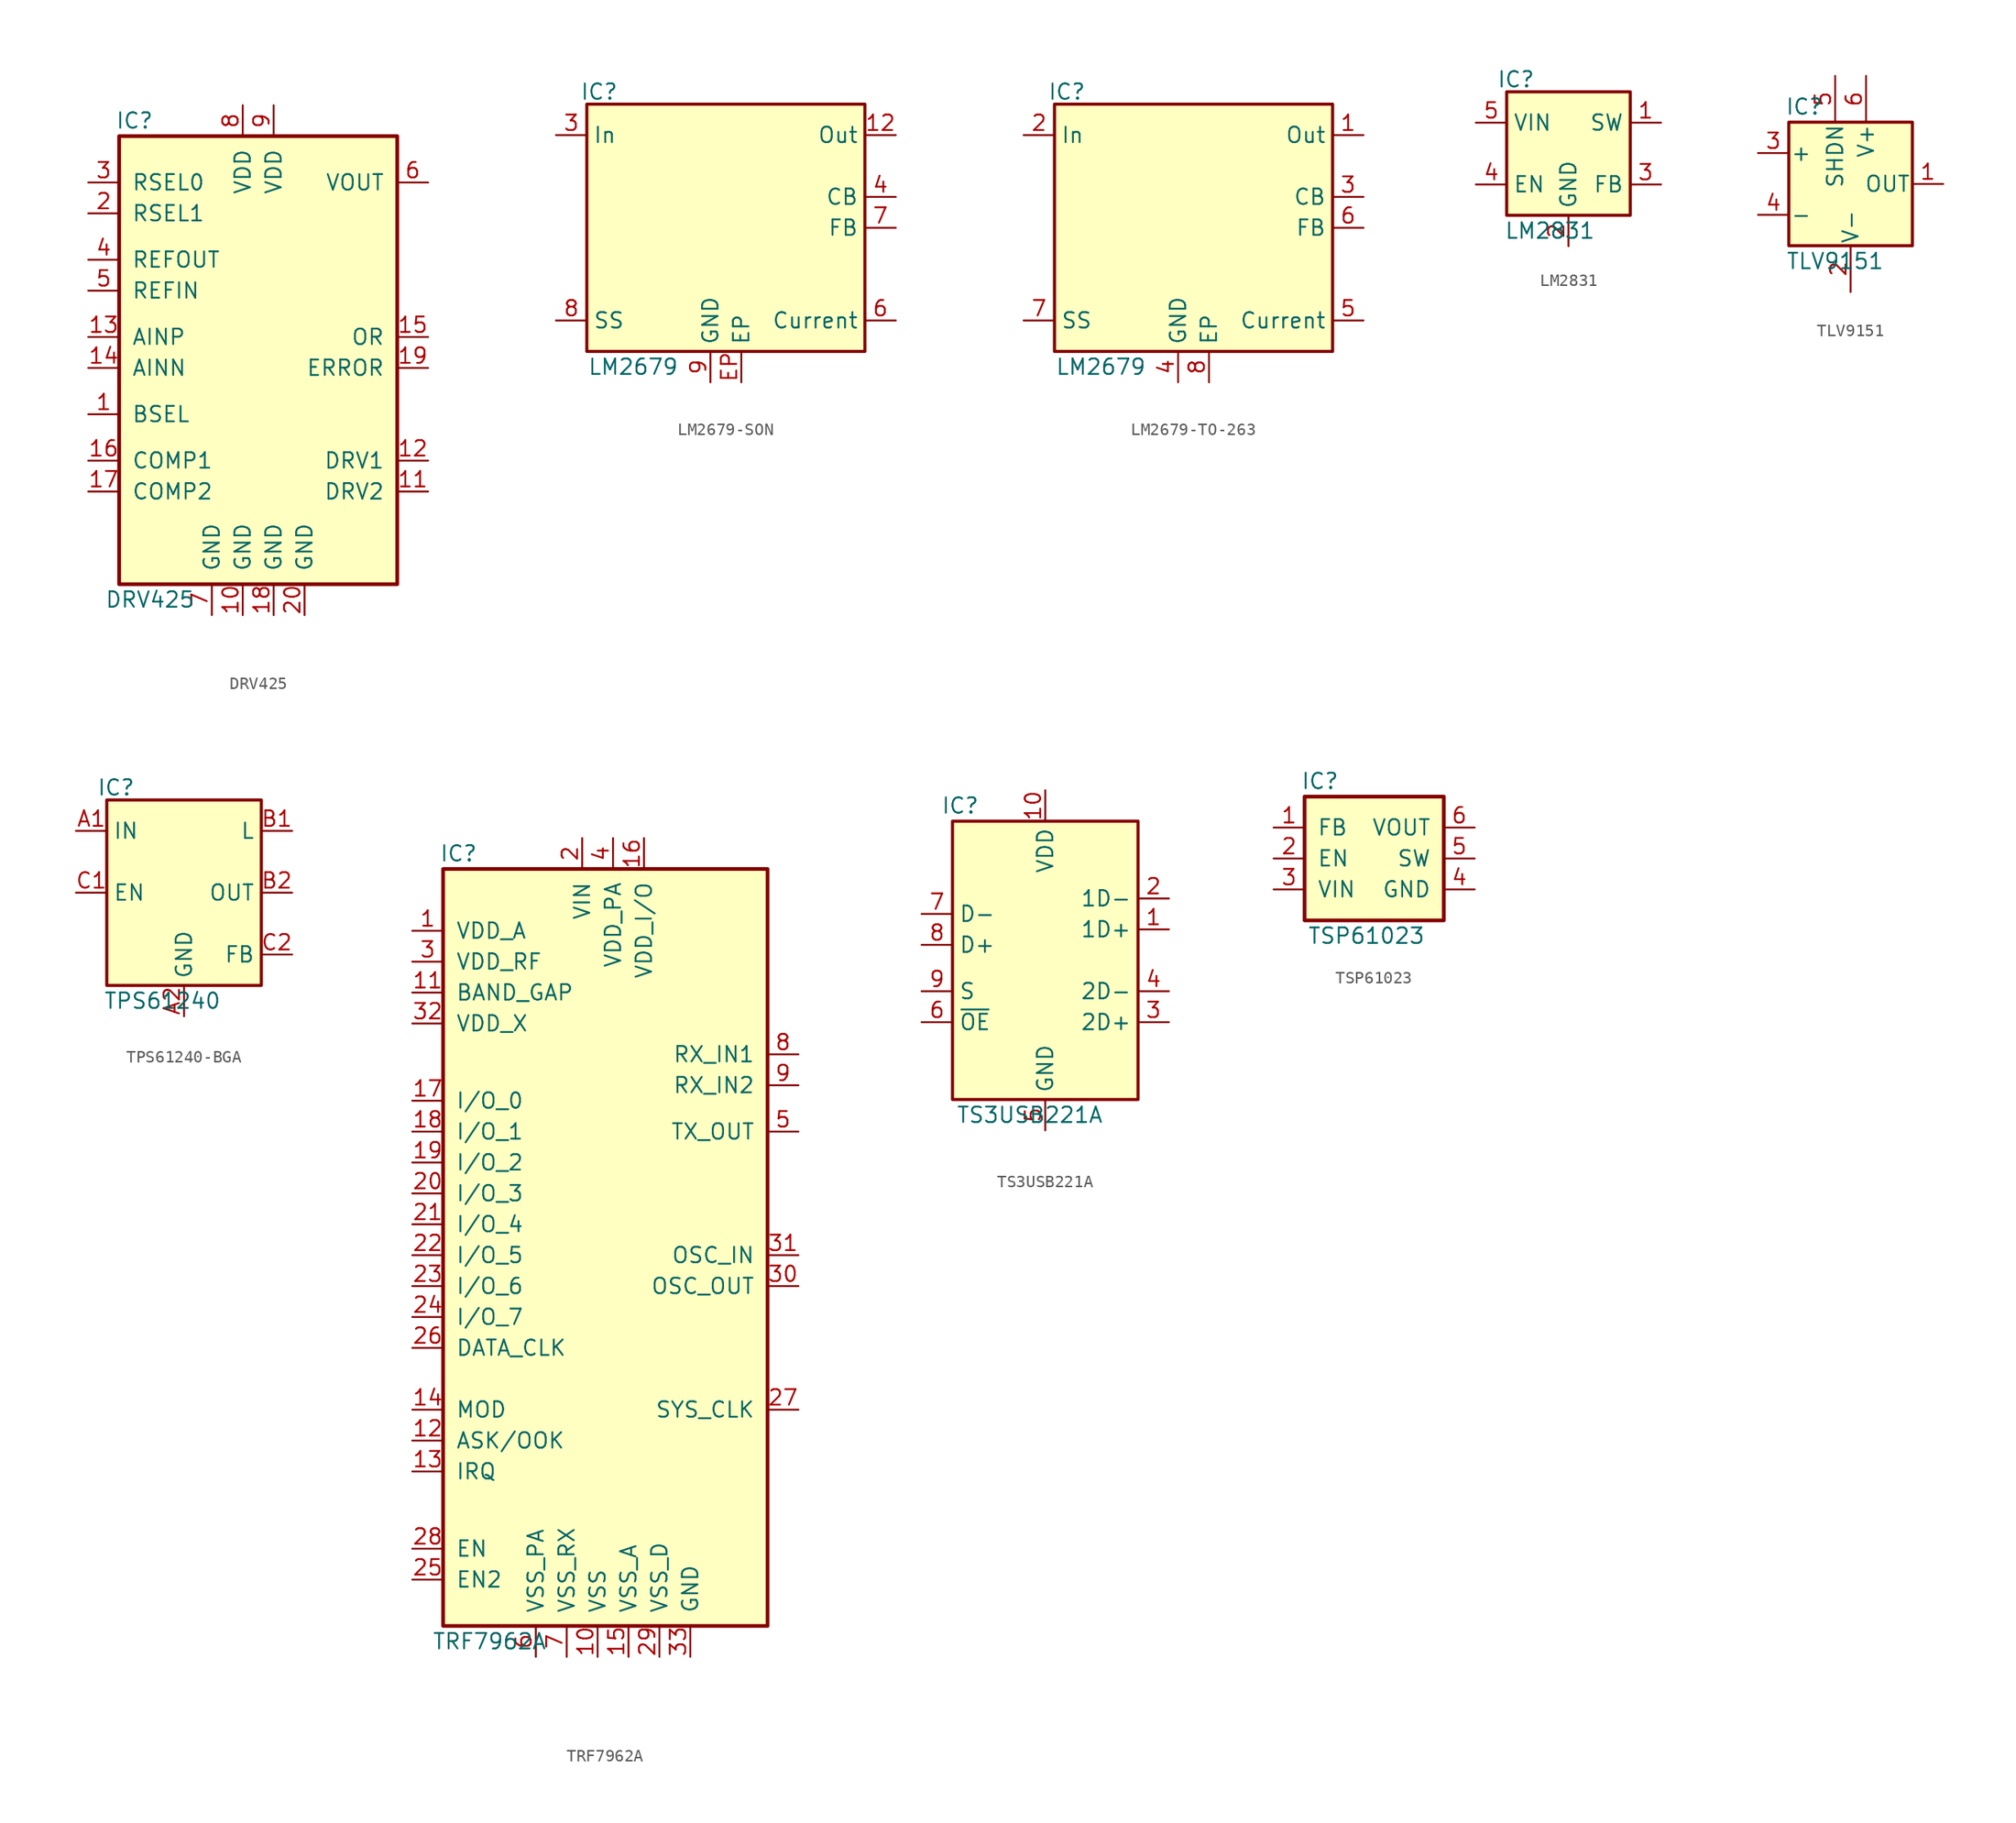
<source format=kicad_sym>
(kicad_symbol_lib
  (version 20241209)
  (generator "kicad_symbol_editor")
  (generator_version "9.0")
  (symbol "DRV425"
    (pin_names
      (offset 1.016))
    (property "Reference" "IC"
      (at -10.16 20.32 0)
      (effects (font (size 1.27 1.27))))
    (property "Value" "DRV425"
      (at -8.89 -19.05 0)
      (effects (font (size 1.27 1.27))))
    (symbol "DRV425_1_1"
      (rectangle (start -11.43 -17.78) (end 11.43 19.05) (stroke (width 0.305) (type solid)) (fill (type background)))
      (pin power_in line (at -13.97 15.24 0) (length 2.54) (name "RSEL0" (effects (font (size 1.27 1.27)))) (number "3" (effects (font (size 1.27 1.27)))))
      (pin input line (at -13.97 12.7 0) (length 2.54) (name "RSEL1" (effects (font (size 1.27 1.27)))) (number "2" (effects (font (size 1.27 1.27)))))
      (pin output line (at -13.97 8.89 0) (length 2.54) (name "REFOUT" (effects (font (size 1.27 1.27)))) (number "4" (effects (font (size 1.27 1.27)))))
      (pin input line (at -13.97 6.35 0) (length 2.54) (name "REFIN" (effects (font (size 1.27 1.27)))) (number "5" (effects (font (size 1.27 1.27)))))
      (pin input line (at -13.97 2.54 0) (length 2.54) (name "AINP" (effects (font (size 1.27 1.27)))) (number "13" (effects (font (size 1.27 1.27)))))
      (pin power_in line (at -13.97 0 0) (length 2.54) (name "AINN" (effects (font (size 1.27 1.27)))) (number "14" (effects (font (size 1.27 1.27)))))
      (pin input line (at -13.97 -3.81 0) (length 2.54) (name "BSEL" (effects (font (size 1.27 1.27)))) (number "1" (effects (font (size 1.27 1.27)))))
      (pin input line (at -13.97 -7.62 0) (length 2.54) (name "COMP1" (effects (font (size 1.27 1.27)))) (number "16" (effects (font (size 1.27 1.27)))))
      (pin input line (at -13.97 -10.16 0) (length 2.54) (name "COMP2" (effects (font (size 1.27 1.27)))) (number "17" (effects (font (size 1.27 1.27)))))
      (pin power_out line (at -3.81 -20.32 90) (length 2.54) (name "GND" (effects (font (size 1.27 1.27)))) (number "7" (effects (font (size 1.27 1.27)))))
      (pin power_in line (at -1.27 21.59 270) (length 2.54) (name "VDD" (effects (font (size 1.27 1.27)))) (number "8" (effects (font (size 1.27 1.27)))))
      (pin power_out line (at -1.27 -20.32 90) (length 2.54) (name "GND" (effects (font (size 1.27 1.27)))) (number "10" (effects (font (size 1.27 1.27)))))
      (pin power_in line (at 1.27 21.59 270) (length 2.54) (name "VDD" (effects (font (size 1.27 1.27)))) (number "9" (effects (font (size 1.27 1.27)))))
      (pin power_out line (at 1.27 -20.32 90) (length 2.54) (name "GND" (effects (font (size 1.27 1.27)))) (number "18" (effects (font (size 1.27 1.27)))))
      (pin power_out line (at 3.81 -20.32 90) (length 2.54) (name "GND" (effects (font (size 1.27 1.27)))) (number "20" (effects (font (size 1.27 1.27)))))
      (pin output line (at 13.97 15.24 180) (length 2.54) (name "VOUT" (effects (font (size 1.27 1.27)))) (number "6" (effects (font (size 1.27 1.27)))))
      (pin output line (at 13.97 2.54 180) (length 2.54) (name "OR" (effects (font (size 1.27 1.27)))) (number "15" (effects (font (size 1.27 1.27)))))
      (pin output line (at 13.97 0 180) (length 2.54) (name "ERROR" (effects (font (size 1.27 1.27)))) (number "19" (effects (font (size 1.27 1.27)))))
      (pin output line (at 13.97 -7.62 180) (length 2.54) (name "DRV1" (effects (font (size 1.27 1.27)))) (number "12" (effects (font (size 1.27 1.27)))))
      (pin output line (at 13.97 -10.16 180) (length 2.54) (name "DRV2" (effects (font (size 1.27 1.27)))) (number "11" (effects (font (size 1.27 1.27)))))))
  (symbol "LM2679-SON"
    (property "Reference" "IC"
      (at -10.414 11.176 0)
      (effects (font (size 1.27 1.27))))
    (property "Value" "LM2679"
      (at -7.62 -11.43 0)
      (effects (font (size 1.27 1.27))))
    (symbol "LM2679-SON_1_1"
      (rectangle (start -11.43 10.16) (end 11.43 -10.16) (stroke (width 0.254) (type solid)) (fill (type background)))
      (pin input line (at -13.97 7.62 0) (length 2.54) (hide yes) (name "In" (effects (font (size 1.27 1.27)))) (number "2" (effects (font (size 1.27 1.27)))))
      (pin input line (at -13.97 7.62 0) (length 2.54) (name "In" (effects (font (size 1.27 1.27)))) (number "3" (effects (font (size 1.27 1.27)))))
      (pin input line (at -13.97 -7.62 0) (length 2.54) (name "SS" (effects (font (size 1.27 1.27)))) (number "8" (effects (font (size 1.27 1.27)))))
      (pin passive line (at -1.27 -12.7 90) (length 2.54) (name "GND" (effects (font (size 1.27 1.27)))) (number "9" (effects (font (size 1.27 1.27)))))
      (pin passive line (at 1.27 -12.7 90) (length 2.54) (name "EP" (effects (font (size 1.27 1.27)))) (number "EP" (effects (font (size 1.27 1.27)))))
      (pin output line (at 13.97 7.62 180) (length 2.54) (name "Out" (effects (font (size 1.27 1.27)))) (number "12" (effects (font (size 1.27 1.27)))))
      (pin output line (at 13.97 7.62 180) (length 2.54) (hide yes) (name "Out" (effects (font (size 1.27 1.27)))) (number "13" (effects (font (size 1.27 1.27)))))
      (pin output line (at 13.97 7.62 180) (length 2.54) (hide yes) (name "Out" (effects (font (size 1.27 1.27)))) (number "14" (effects (font (size 1.27 1.27)))))
      (pin input line (at 13.97 2.54 180) (length 2.54) (name "CB" (effects (font (size 1.27 1.27)))) (number "4" (effects (font (size 1.27 1.27)))))
      (pin input line (at 13.97 0 180) (length 2.54) (name "FB" (effects (font (size 1.27 1.27)))) (number "7" (effects (font (size 1.27 1.27)))))
      (pin input line (at 13.97 -7.62 180) (length 2.54) (name "Current" (effects (font (size 1.27 1.27)))) (number "6" (effects (font (size 1.27 1.27)))))
      (pin no_connect line (at 13.97 -8.89 180) (length 2.54) (hide yes) (name "~" (effects (font (size 1.27 1.27)))) (number "1" (effects (font (size 1.27 1.27)))))
      (pin no_connect line (at 13.97 -8.89 180) (length 2.54) (hide yes) (name "~" (effects (font (size 1.27 1.27)))) (number "10" (effects (font (size 1.27 1.27)))))
      (pin no_connect line (at 13.97 -8.89 180) (length 2.54) (hide yes) (name "~" (effects (font (size 1.27 1.27)))) (number "11" (effects (font (size 1.27 1.27)))))
      (pin no_connect line (at 13.97 -8.89 180) (length 2.54) (hide yes) (name "~" (effects (font (size 1.27 1.27)))) (number "5" (effects (font (size 1.27 1.27)))))))
  (symbol "LM2679-TO-263"
    (property "Reference" "IC"
      (at -10.414 11.176 0)
      (effects (font (size 1.27 1.27))))
    (property "Value" "LM2679"
      (at -7.62 -11.43 0)
      (effects (font (size 1.27 1.27))))
    (symbol "LM2679-TO-263_1_1"
      (rectangle (start -11.43 10.16) (end 11.43 -10.16) (stroke (width 0.254) (type solid)) (fill (type background)))
      (pin input line (at -13.97 7.62 0) (length 2.54) (name "In" (effects (font (size 1.27 1.27)))) (number "2" (effects (font (size 1.27 1.27)))))
      (pin input line (at -13.97 -7.62 0) (length 2.54) (name "SS" (effects (font (size 1.27 1.27)))) (number "7" (effects (font (size 1.27 1.27)))))
      (pin passive line (at -1.27 -12.7 90) (length 2.54) (name "GND" (effects (font (size 1.27 1.27)))) (number "4" (effects (font (size 1.27 1.27)))))
      (pin passive line (at 1.27 -12.7 90) (length 2.54) (name "EP" (effects (font (size 1.27 1.27)))) (number "8" (effects (font (size 1.27 1.27)))))
      (pin output line (at 13.97 7.62 180) (length 2.54) (name "Out" (effects (font (size 1.27 1.27)))) (number "1" (effects (font (size 1.27 1.27)))))
      (pin input line (at 13.97 2.54 180) (length 2.54) (name "CB" (effects (font (size 1.27 1.27)))) (number "3" (effects (font (size 1.27 1.27)))))
      (pin input line (at 13.97 0 180) (length 2.54) (name "FB" (effects (font (size 1.27 1.27)))) (number "6" (effects (font (size 1.27 1.27)))))
      (pin input line (at 13.97 -7.62 180) (length 2.54) (name "Current" (effects (font (size 1.27 1.27)))) (number "5" (effects (font (size 1.27 1.27)))))))
  (symbol "LM2831"
    (property "Reference" "IC"
      (at -4.318 6.096 0)
      (effects (font (size 1.27 1.27))))
    (property "Value" "LM2831"
      (at -1.524 -6.35 0)
      (effects (font (size 1.27 1.27))))
    (symbol "LM2831_1_1"
      (rectangle (start -5.08 5.08) (end 5.08 -5.08) (stroke (width 0.254) (type default)) (fill (type background)))
      (pin passive line (at -7.62 2.54 0) (length 2.54) (name "VIN" (effects (font (size 1.27 1.27)))) (number "5" (effects (font (size 1.27 1.27)))))
      (pin input line (at -7.62 -2.54 0) (length 2.54) (name "EN" (effects (font (size 1.27 1.27)))) (number "4" (effects (font (size 1.27 1.27)))))
      (pin passive line (at 0 -7.62 90) (length 2.54) (name "GND" (effects (font (size 1.27 1.27)))) (number "2" (effects (font (size 1.27 1.27)))))
      (pin output line (at 7.62 2.54 180) (length 2.54) (name "SW" (effects (font (size 1.27 1.27)))) (number "1" (effects (font (size 1.27 1.27)))))
      (pin output line (at 7.62 -2.54 180) (length 2.54) (name "FB" (effects (font (size 1.27 1.27)))) (number "3" (effects (font (size 1.27 1.27)))))))
  (symbol "TLV9151"
    (pin_names
      (offset 0.127))
    (property "Reference" "IC"
      (at -1.27 6.35 0)
      (effects (font (size 1.27 1.27))))
    (property "Value" "TLV9151"
      (at 1.27 -6.35 0)
      (effects (font (size 1.27 1.27))))
    (symbol "TLV9151_0_1"
      (rectangle (start -2.54 5.08) (end 7.62 -5.08) (stroke (width 0.254) (type solid)) (fill (type background))))
    (symbol "TLV9151_1_1"
      (pin input line (at -5.08 2.54 0) (length 2.54) (name "+" (effects (font (size 1.27 1.27)))) (number "3" (effects (font (size 1.27 1.27)))))
      (pin input line (at -5.08 -2.54 0) (length 2.54) (name "-" (effects (font (size 1.27 1.27)))) (number "4" (effects (font (size 1.27 1.27)))))
      (pin input line (at 1.27 8.89 270) (length 3.81) (name "SHDN" (effects (font (size 1.27 1.27)))) (number "5" (effects (font (size 1.27 1.27)))))
      (pin power_in line (at 2.54 -8.89 90) (length 3.81) (name "V-" (effects (font (size 1.27 1.27)))) (number "2" (effects (font (size 1.27 1.27)))))
      (pin power_in line (at 3.81 8.89 270) (length 3.81) (name "V+" (effects (font (size 1.27 1.27)))) (number "6" (effects (font (size 1.27 1.27)))))
      (pin output line (at 10.16 0 180) (length 2.54) (name "OUT" (effects (font (size 1.27 1.27)))) (number "1" (effects (font (size 1.27 1.27)))))))
  (symbol "TPS61240-BGA"
    (property "Reference" "IC"
      (at -5.588 8.636 0)
      (effects (font (size 1.27 1.27))))
    (property "Value" "TPS61240"
      (at -1.778 -8.89 0)
      (effects (font (size 1.27 1.27))))
    (symbol "TPS61240-BGA_1_1"
      (rectangle (start -6.35 7.62) (end 6.35 -7.62) (stroke (width 0.254) (type default)) (fill (type background)))
      (pin input line (at -8.89 5.08 0) (length 2.54) (name "IN" (effects (font (size 1.27 1.27)))) (number "A1" (effects (font (size 1.27 1.27)))))
      (pin input line (at -8.89 0 0) (length 2.54) (name "EN" (effects (font (size 1.27 1.27)))) (number "C1" (effects (font (size 1.27 1.27)))))
      (pin passive line (at 0 -10.16 90) (length 2.54) (name "GND" (effects (font (size 1.27 1.27)))) (number "A2" (effects (font (size 1.27 1.27)))))
      (pin input line (at 8.89 5.08 180) (length 2.54) (name "L" (effects (font (size 1.27 1.27)))) (number "B1" (effects (font (size 1.27 1.27)))))
      (pin power_in line (at 8.89 0 180) (length 2.54) (name "OUT" (effects (font (size 1.27 1.27)))) (number "B2" (effects (font (size 1.27 1.27)))))
      (pin input line (at 8.89 -5.08 180) (length 2.54) (name "FB" (effects (font (size 1.27 1.27)))) (number "C2" (effects (font (size 1.27 1.27)))))))
  (symbol "TRF7962A"
    (pin_names
      (offset 1.016))
    (property "Reference" "IC"
      (at -12.7 31.75 0)
      (effects (font (size 1.27 1.27))))
    (property "Value" "TRF7962A"
      (at -10.16 -33.02 0)
      (effects (font (size 1.27 1.27))))
    (symbol "TRF7962A_1_1"
      (rectangle (start -13.97 -31.75) (end 12.7 30.48) (stroke (width 0.305) (type solid)) (fill (type background)))
      (pin power_out line (at -16.51 25.4 0) (length 2.54) (name "VDD_A" (effects (font (size 1.27 1.27)))) (number "1" (effects (font (size 1.27 1.27)))))
      (pin power_out line (at -16.51 22.86 0) (length 2.54) (name "VDD_RF" (effects (font (size 1.27 1.27)))) (number "3" (effects (font (size 1.27 1.27)))))
      (pin power_out line (at -16.51 20.32 0) (length 2.54) (name "BAND_GAP" (effects (font (size 1.27 1.27)))) (number "11" (effects (font (size 1.27 1.27)))))
      (pin power_out line (at -16.51 17.78 0) (length 2.54) (name "VDD_X" (effects (font (size 1.27 1.27)))) (number "32" (effects (font (size 1.27 1.27)))))
      (pin bidirectional line (at -16.51 11.43 0) (length 2.54) (name "I/O_0" (effects (font (size 1.27 1.27)))) (number "17" (effects (font (size 1.27 1.27)))))
      (pin bidirectional line (at -16.51 8.89 0) (length 2.54) (name "I/O_1" (effects (font (size 1.27 1.27)))) (number "18" (effects (font (size 1.27 1.27)))))
      (pin bidirectional line (at -16.51 6.35 0) (length 2.54) (name "I/O_2" (effects (font (size 1.27 1.27)))) (number "19" (effects (font (size 1.27 1.27)))))
      (pin bidirectional line (at -16.51 3.81 0) (length 2.54) (name "I/O_3" (effects (font (size 1.27 1.27)))) (number "20" (effects (font (size 1.27 1.27)))))
      (pin bidirectional line (at -16.51 1.27 0) (length 2.54) (name "I/O_4" (effects (font (size 1.27 1.27)))) (number "21" (effects (font (size 1.27 1.27)))))
      (pin bidirectional line (at -16.51 -1.27 0) (length 2.54) (name "I/O_5" (effects (font (size 1.27 1.27)))) (number "22" (effects (font (size 1.27 1.27)))))
      (pin bidirectional line (at -16.51 -3.81 0) (length 2.54) (name "I/O_6" (effects (font (size 1.27 1.27)))) (number "23" (effects (font (size 1.27 1.27)))))
      (pin bidirectional line (at -16.51 -6.35 0) (length 2.54) (name "I/O_7" (effects (font (size 1.27 1.27)))) (number "24" (effects (font (size 1.27 1.27)))))
      (pin input line (at -16.51 -8.89 0) (length 2.54) (name "DATA_CLK" (effects (font (size 1.27 1.27)))) (number "26" (effects (font (size 1.27 1.27)))))
      (pin bidirectional line (at -16.51 -13.97 0) (length 2.54) (name "MOD" (effects (font (size 1.27 1.27)))) (number "14" (effects (font (size 1.27 1.27)))))
      (pin bidirectional line (at -16.51 -16.51 0) (length 2.54) (name "ASK/OOK" (effects (font (size 1.27 1.27)))) (number "12" (effects (font (size 1.27 1.27)))))
      (pin output line (at -16.51 -19.05 0) (length 2.54) (name "IRQ" (effects (font (size 1.27 1.27)))) (number "13" (effects (font (size 1.27 1.27)))))
      (pin input line (at -16.51 -25.4 0) (length 2.54) (name "EN" (effects (font (size 1.27 1.27)))) (number "28" (effects (font (size 1.27 1.27)))))
      (pin input line (at -16.51 -27.94 0) (length 2.54) (name "EN2" (effects (font (size 1.27 1.27)))) (number "25" (effects (font (size 1.27 1.27)))))
      (pin passive line (at -6.35 -34.29 90) (length 2.54) (name "VSS_PA" (effects (font (size 1.27 1.27)))) (number "6" (effects (font (size 1.27 1.27)))))
      (pin passive line (at -3.81 -34.29 90) (length 2.54) (name "VSS_RX" (effects (font (size 1.27 1.27)))) (number "7" (effects (font (size 1.27 1.27)))))
      (pin power_in line (at -2.54 33.02 270) (length 2.54) (name "VIN" (effects (font (size 1.27 1.27)))) (number "2" (effects (font (size 1.27 1.27)))))
      (pin passive line (at -1.27 -34.29 90) (length 2.54) (name "VSS" (effects (font (size 1.27 1.27)))) (number "10" (effects (font (size 1.27 1.27)))))
      (pin input line (at 0 33.02 270) (length 2.54) (name "VDD_PA" (effects (font (size 1.27 1.27)))) (number "4" (effects (font (size 1.27 1.27)))))
      (pin passive line (at 1.27 -34.29 90) (length 2.54) (name "VSS_A" (effects (font (size 1.27 1.27)))) (number "15" (effects (font (size 1.27 1.27)))))
      (pin power_in line (at 2.54 33.02 270) (length 2.54) (name "VDD_I/O" (effects (font (size 1.27 1.27)))) (number "16" (effects (font (size 1.27 1.27)))))
      (pin passive line (at 3.81 -34.29 90) (length 2.54) (name "VSS_D" (effects (font (size 1.27 1.27)))) (number "29" (effects (font (size 1.27 1.27)))))
      (pin passive line (at 6.35 -34.29 90) (length 2.54) (name "GND" (effects (font (size 1.27 1.27)))) (number "33" (effects (font (size 1.27 1.27)))))
      (pin input line (at 15.24 15.24 180) (length 2.54) (name "RX_IN1" (effects (font (size 1.27 1.27)))) (number "8" (effects (font (size 1.27 1.27)))))
      (pin input line (at 15.24 12.7 180) (length 2.54) (name "RX_IN2" (effects (font (size 1.27 1.27)))) (number "9" (effects (font (size 1.27 1.27)))))
      (pin output line (at 15.24 8.89 180) (length 2.54) (name "TX_OUT" (effects (font (size 1.27 1.27)))) (number "5" (effects (font (size 1.27 1.27)))))
      (pin input line (at 15.24 -1.27 180) (length 2.54) (name "OSC_IN" (effects (font (size 1.27 1.27)))) (number "31" (effects (font (size 1.27 1.27)))))
      (pin output line (at 15.24 -3.81 180) (length 2.54) (name "OSC_OUT" (effects (font (size 1.27 1.27)))) (number "30" (effects (font (size 1.27 1.27)))))
      (pin output line (at 15.24 -13.97 180) (length 2.54) (name "SYS_CLK" (effects (font (size 1.27 1.27)))) (number "27" (effects (font (size 1.27 1.27)))))))
  (symbol "TS3USB221A"
    (property "Reference" "IC"
      (at -6.985 12.7 0)
      (effects (font (size 1.27 1.27))))
    (property "Value" "TS3USB221A"
      (at -1.27 -12.7 0)
      (effects (font (size 1.27 1.27))))
    (symbol "TS3USB221A_1_1"
      (rectangle (start -7.62 11.43) (end 7.62 -11.43) (stroke (width 0.254) (type default)) (fill (type background)))
      (pin bidirectional line (at -10.16 3.81 0) (length 2.54) (name "D-" (effects (font (size 1.27 1.27)))) (number "7" (effects (font (size 1.27 1.27)))))
      (pin bidirectional line (at -10.16 1.27 0) (length 2.54) (name "D+" (effects (font (size 1.27 1.27)))) (number "8" (effects (font (size 1.27 1.27)))))
      (pin input line (at -10.16 -2.54 0) (length 2.54) (name "S" (effects (font (size 1.27 1.27)))) (number "9" (effects (font (size 1.27 1.27)))))
      (pin input line (at -10.16 -5.08 0) (length 2.54) (name "~{OE}" (effects (font (size 1.27 1.27)))) (number "6" (effects (font (size 1.27 1.27)))))
      (pin power_in line (at 0 13.97 270) (length 2.54) (name "VDD" (effects (font (size 1.27 1.27)))) (number "10" (effects (font (size 1.27 1.27)))))
      (pin passive line (at 0 -13.97 90) (length 2.54) (name "GND" (effects (font (size 1.27 1.27)))) (number "5" (effects (font (size 1.27 1.27)))))
      (pin bidirectional line (at 10.16 5.08 180) (length 2.54) (name "1D-" (effects (font (size 1.27 1.27)))) (number "2" (effects (font (size 1.27 1.27)))))
      (pin bidirectional line (at 10.16 2.54 180) (length 2.54) (name "1D+" (effects (font (size 1.27 1.27)))) (number "1" (effects (font (size 1.27 1.27)))))
      (pin bidirectional line (at 10.16 -2.54 180) (length 2.54) (name "2D-" (effects (font (size 1.27 1.27)))) (number "4" (effects (font (size 1.27 1.27)))))
      (pin bidirectional line (at 10.16 -5.08 180) (length 2.54) (name "2D+" (effects (font (size 1.27 1.27)))) (number "3" (effects (font (size 1.27 1.27)))))))
  (symbol "TSP61023"
    (pin_names
      (offset 1.016))
    (property "Reference" "IC"
      (at -3.81 6.35 0)
      (effects (font (size 1.27 1.27))))
    (property "Value" "TSP61023"
      (at 0 -6.35 0)
      (effects (font (size 1.27 1.27))))
    (symbol "TSP61023_1_1"
      (rectangle (start -5.08 -5.08) (end 6.35 5.08) (stroke (width 0.305) (type solid)) (fill (type background)))
      (pin input line (at -7.62 2.54 0) (length 2.54) (name "FB" (effects (font (size 1.27 1.27)))) (number "1" (effects (font (size 1.27 1.27)))))
      (pin input line (at -7.62 0 0) (length 2.54) (name "EN" (effects (font (size 1.27 1.27)))) (number "2" (effects (font (size 1.27 1.27)))))
      (pin power_in line (at -7.62 -2.54 0) (length 2.54) (name "VIN" (effects (font (size 1.27 1.27)))) (number "3" (effects (font (size 1.27 1.27)))))
      (pin power_out line (at 8.89 2.54 180) (length 2.54) (name "VOUT" (effects (font (size 1.27 1.27)))) (number "6" (effects (font (size 1.27 1.27)))))
      (pin output line (at 8.89 0 180) (length 2.54) (name "SW" (effects (font (size 1.27 1.27)))) (number "5" (effects (font (size 1.27 1.27)))))
      (pin power_out line (at 8.89 -2.54 180) (length 2.54) (name "GND" (effects (font (size 1.27 1.27)))) (number "4" (effects (font (size 1.27 1.27))))))))
</source>
